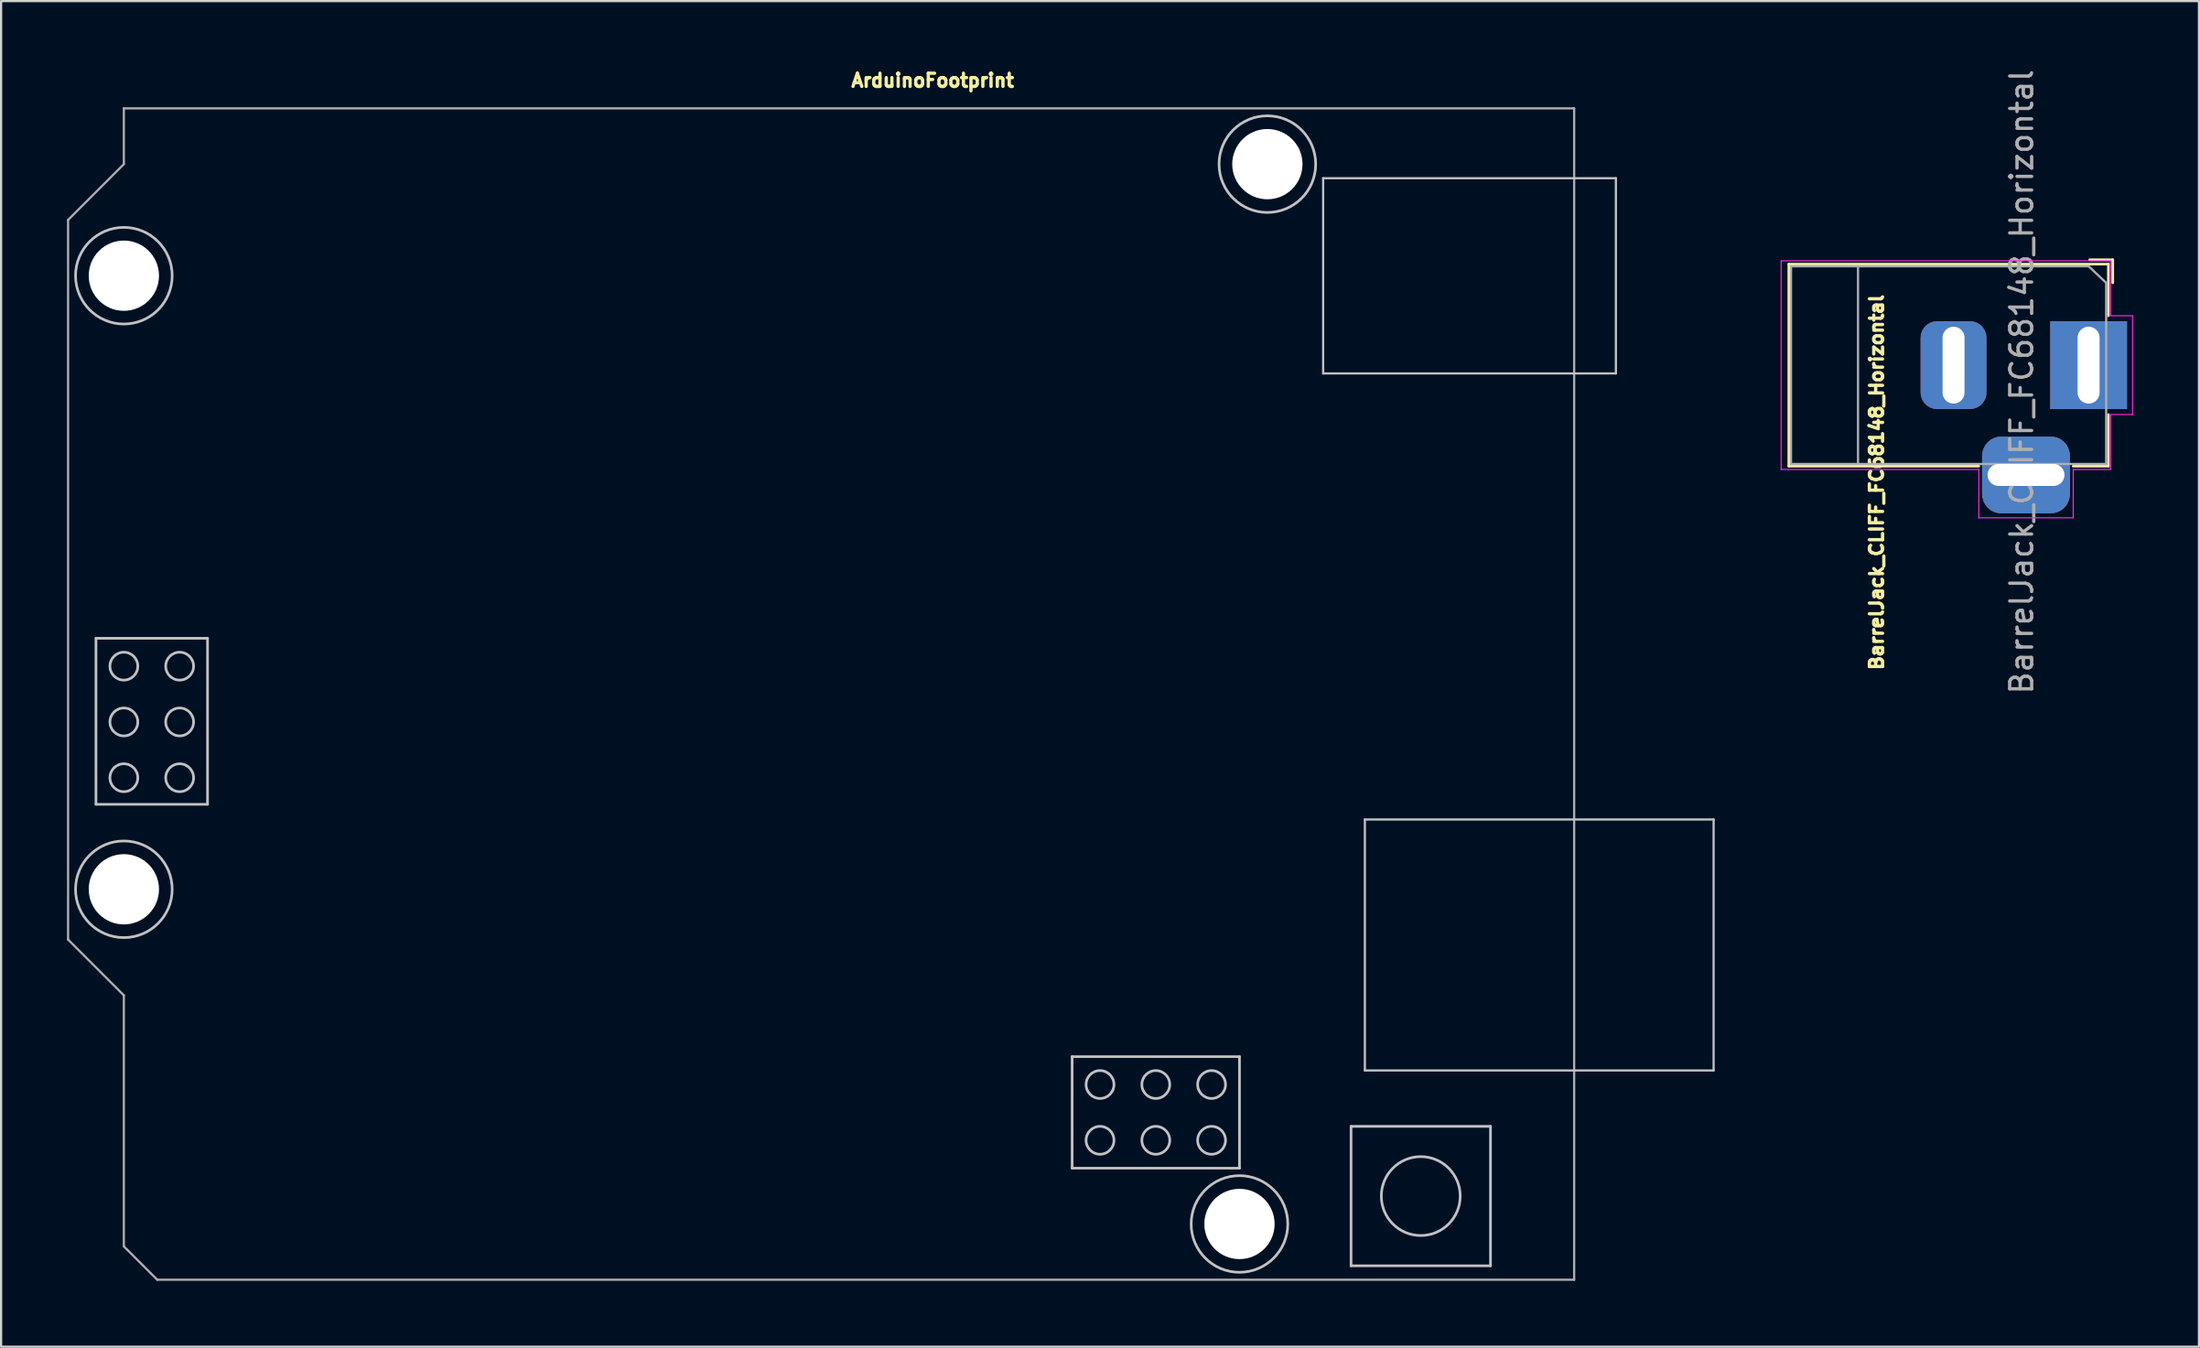
<source format=kicad_pcb>
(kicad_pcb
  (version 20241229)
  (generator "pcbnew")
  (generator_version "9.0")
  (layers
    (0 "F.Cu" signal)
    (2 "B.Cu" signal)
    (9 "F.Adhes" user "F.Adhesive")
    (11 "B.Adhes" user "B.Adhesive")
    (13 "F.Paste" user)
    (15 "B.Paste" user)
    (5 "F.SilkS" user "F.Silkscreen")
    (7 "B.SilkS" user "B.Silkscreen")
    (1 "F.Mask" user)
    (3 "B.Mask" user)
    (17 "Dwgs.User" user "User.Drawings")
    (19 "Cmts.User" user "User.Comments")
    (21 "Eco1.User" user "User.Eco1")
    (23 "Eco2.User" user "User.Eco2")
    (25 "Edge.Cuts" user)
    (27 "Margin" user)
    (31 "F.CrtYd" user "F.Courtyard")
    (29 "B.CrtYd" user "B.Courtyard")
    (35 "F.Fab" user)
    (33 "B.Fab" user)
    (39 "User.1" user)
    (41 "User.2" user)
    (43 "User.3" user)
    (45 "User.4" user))
  (footprint "ArduinoFootprint"
    (layer "F.Cu")
    (at 39.42 4.424)
    (property "Reference" "ArduinoFootprint" (at 0 -3.81 180) (layer "F.SilkS") (effects (font (size 0.6 0.6) (thickness 0.15))))
    (attr through_hole)
    (fp_line (start -38.1 21.59) (end -33.02 21.59) (stroke (width 0.12) (type solid)) (layer "Dwgs.User"))
    (fp_line (start -38.1 29.15) (end -38.1 21.59) (stroke (width 0.12) (type solid)) (layer "Dwgs.User"))
    (fp_line (start -33.02 21.59) (end -33.02 29.15) (stroke (width 0.12) (type solid)) (layer "Dwgs.User"))
    (fp_line (start -33.02 29.15) (end -38.1 29.15) (stroke (width 0.12) (type solid)) (layer "Dwgs.User"))
    (fp_line (start 6.35 40.64) (end 13.97 40.64) (stroke (width 0.12) (type solid)) (layer "Dwgs.User"))
    (fp_line (start 6.35 45.72) (end 6.35 40.64) (stroke (width 0.12) (type solid)) (layer "Dwgs.User"))
    (fp_line (start 13.97 40.64) (end 13.97 45.72) (stroke (width 0.12) (type solid)) (layer "Dwgs.User"))
    (fp_line (start 13.97 45.72) (end 6.35 45.72) (stroke (width 0.12) (type solid)) (layer "Dwgs.User"))
    (fp_line (start 17.78 0.64) (end 17.78 9.53) (stroke (width 0.1) (type solid)) (layer "Dwgs.User"))
    (fp_line (start 17.78 9.53) (end 31.11 9.53) (stroke (width 0.1) (type solid)) (layer "Dwgs.User"))
    (fp_line (start 19.05 43.815) (end 19.05 50.165) (stroke (width 0.12) (type solid)) (layer "Dwgs.User"))
    (fp_line (start 19.05 50.165) (end 25.4 50.165) (stroke (width 0.12) (type solid)) (layer "Dwgs.User"))
    (fp_line (start 19.68 29.84) (end 19.68 41.27) (stroke (width 0.1) (type solid)) (layer "Dwgs.User"))
    (fp_line (start 19.68 41.27) (end 35.56 41.27) (stroke (width 0.1) (type solid)) (layer "Dwgs.User"))
    (fp_line (start 25.4 43.815) (end 19.05 43.815) (stroke (width 0.12) (type solid)) (layer "Dwgs.User"))
    (fp_line (start 25.4 50.165) (end 25.4 43.815) (stroke (width 0.12) (type solid)) (layer "Dwgs.User"))
    (fp_line (start 31.11 0.64) (end 17.78 0.64) (stroke (width 0.1) (type solid)) (layer "Dwgs.User"))
    (fp_line (start 31.11 9.53) (end 31.11 0.64) (stroke (width 0.1) (type solid)) (layer "Dwgs.User"))
    (fp_line (start 35.56 29.84) (end 19.68 29.84) (stroke (width 0.1) (type solid)) (layer "Dwgs.User"))
    (fp_line (start 35.56 41.27) (end 35.56 29.84) (stroke (width 0.1) (type solid)) (layer "Dwgs.User"))
    (fp_circle (center -36.83 5.08) (end -34.63 5.08) (stroke (width 0.12) (type solid)) (fill no) (layer "Dwgs.User"))
    (fp_circle (center -36.83 22.86) (end -36.83 23.495) (stroke (width 0.12) (type solid)) (fill no) (layer "Dwgs.User"))
    (fp_circle (center -36.83 25.4) (end -36.83 26.035) (stroke (width 0.12) (type solid)) (fill no) (layer "Dwgs.User"))
    (fp_circle (center -36.83 27.94) (end -36.83 28.575) (stroke (width 0.12) (type solid)) (fill no) (layer "Dwgs.User"))
    (fp_circle (center -36.83 33.02) (end -34.63 33.02) (stroke (width 0.12) (type solid)) (fill no) (layer "Dwgs.User"))
    (fp_circle (center -34.29 22.86) (end -34.29 23.495) (stroke (width 0.12) (type solid)) (fill no) (layer "Dwgs.User"))
    (fp_circle (center -34.29 25.4) (end -34.29 26.035) (stroke (width 0.12) (type solid)) (fill no) (layer "Dwgs.User"))
    (fp_circle (center -34.29 27.94) (end -34.29 28.575) (stroke (width 0.12) (type solid)) (fill no) (layer "Dwgs.User"))
    (fp_circle (center 7.62 41.91) (end 7.62 41.275) (stroke (width 0.12) (type solid)) (fill no) (layer "Dwgs.User"))
    (fp_circle (center 7.62 44.45) (end 7.62 43.815) (stroke (width 0.12) (type solid)) (fill no) (layer "Dwgs.User"))
    (fp_circle (center 10.16 41.91) (end 10.16 41.275) (stroke (width 0.12) (type solid)) (fill no) (layer "Dwgs.User"))
    (fp_circle (center 10.16 44.45) (end 10.16 43.815) (stroke (width 0.12) (type solid)) (fill no) (layer "Dwgs.User"))
    (fp_circle (center 12.7 41.91) (end 12.7 41.275) (stroke (width 0.12) (type solid)) (fill no) (layer "Dwgs.User"))
    (fp_circle (center 12.7 44.45) (end 12.7 43.815) (stroke (width 0.12) (type solid)) (fill no) (layer "Dwgs.User"))
    (fp_circle (center 13.97 48.26) (end 16.17 48.26) (stroke (width 0.12) (type solid)) (fill no) (layer "Dwgs.User"))
    (fp_circle (center 15.24 0) (end 17.44 0) (stroke (width 0.12) (type solid)) (fill no) (layer "Dwgs.User"))
    (fp_circle (center 22.225 46.99) (end 23.495 45.72) (stroke (width 0.12) (type solid)) (fill no) (layer "Dwgs.User"))
    (fp_line (start -39.37 2.54) (end -39.37 35.31) (stroke (width 0.1) (type solid)) (layer "F.Fab"))
    (fp_line (start -39.37 35.31) (end -36.83 37.85) (stroke (width 0.1) (type solid)) (layer "F.Fab"))
    (fp_line (start -36.83 -2.54) (end -36.83 0) (stroke (width 0.1) (type solid)) (layer "F.Fab"))
    (fp_line (start -36.83 0) (end -39.37 2.54) (stroke (width 0.1) (type solid)) (layer "F.Fab"))
    (fp_line (start -36.83 37.85) (end -36.83 49.28) (stroke (width 0.1) (type solid)) (layer "F.Fab"))
    (fp_line (start -36.83 49.28) (end -35.31 50.8) (stroke (width 0.1) (type solid)) (layer "F.Fab"))
    (fp_line (start -35.31 50.8) (end 29.21 50.8) (stroke (width 0.1) (type solid)) (layer "F.Fab"))
    (fp_line (start 29.21 -2.54) (end -36.83 -2.54) (stroke (width 0.1) (type solid)) (layer "F.Fab"))
    (fp_line (start 29.21 50.8) (end 29.21 -2.54) (stroke (width 0.1) (type solid)) (layer "F.Fab"))
    (pad "" np_thru_hole circle (at -36.83 5.08 270) (size 3.2 3.2) (drill 3.2) (layers "*.Cu" "*.Mask"))
    (pad "" np_thru_hole circle (at -36.83 33.02 270) (size 3.2 3.2) (drill 3.2) (layers "*.Cu" "*.Mask"))
    (pad "" np_thru_hole circle (at 13.97 48.26 270) (size 3.2 3.2) (drill 3.2) (layers "*.Cu" "*.Mask"))
    (pad "" np_thru_hole circle (at 15.24 0 270) (size 3.2 3.2) (drill 3.2) (layers "*.Cu" "*.Mask")))
  (footprint "BarrelJack_CLIFF_FC68148_Horizontal"
    (layer "F.Cu")
    (at 92.055 13.577)
    (property "Reference" "BarrelJack_CLIFF_FC68148_Horizontal" (at -9.652 5.334 270) (layer "F.SilkS") (effects (font (size 0.6 0.6) (thickness 0.15))))
    (attr through_hole)
    (fp_line (start -13.65 -4.6) (end 0.9 -4.6) (stroke (width 0.12) (type solid)) (layer "F.SilkS"))
    (fp_line (start -13.65 4.6) (end -13.65 -4.6) (stroke (width 0.12) (type solid)) (layer "F.SilkS"))
    (fp_line (start -5 4.6) (end -13.65 4.6) (stroke (width 0.12) (type solid)) (layer "F.SilkS"))
    (fp_line (start 0.05 -4.8) (end 1.1 -4.8) (stroke (width 0.12) (type solid)) (layer "F.SilkS"))
    (fp_line (start 0.9 -4.6) (end 0.9 -2.25) (stroke (width 0.12) (type solid)) (layer "F.SilkS"))
    (fp_line (start 0.9 2.25) (end 0.9 4.6) (stroke (width 0.12) (type solid)) (layer "F.SilkS"))
    (fp_line (start 0.9 4.6) (end -0.7 4.6) (stroke (width 0.12) (type solid)) (layer "F.SilkS"))
    (fp_line (start 1.1 -3.75) (end 1.1 -4.8) (stroke (width 0.12) (type solid)) (layer "F.SilkS"))
    (fp_line (start -14 4.75) (end -14 -4.75) (stroke (width 0.05) (type solid)) (layer "F.CrtYd"))
    (fp_line (start -5 4.75) (end -14 4.75) (stroke (width 0.05) (type solid)) (layer "F.CrtYd"))
    (fp_line (start -5 6.95) (end -5 4.75) (stroke (width 0.05) (type solid)) (layer "F.CrtYd"))
    (fp_line (start -0.7 4.75) (end -0.7 6.95) (stroke (width 0.05) (type solid)) (layer "F.CrtYd"))
    (fp_line (start -0.7 6.95) (end -5 6.95) (stroke (width 0.05) (type solid)) (layer "F.CrtYd"))
    (fp_line (start 1 -4.75) (end -14 -4.75) (stroke (width 0.05) (type solid)) (layer "F.CrtYd"))
    (fp_line (start 1 -4.5) (end 1 -4.75) (stroke (width 0.05) (type solid)) (layer "F.CrtYd"))
    (fp_line (start 1 -4.5) (end 1 -2.25) (stroke (width 0.05) (type solid)) (layer "F.CrtYd"))
    (fp_line (start 1 -2.25) (end 2 -2.25) (stroke (width 0.05) (type solid)) (layer "F.CrtYd"))
    (fp_line (start 1 2.25) (end 1 4.75) (stroke (width 0.05) (type solid)) (layer "F.CrtYd"))
    (fp_line (start 1 4.75) (end -0.7 4.75) (stroke (width 0.05) (type solid)) (layer "F.CrtYd"))
    (fp_line (start 2 -2.25) (end 2 2.25) (stroke (width 0.05) (type solid)) (layer "F.CrtYd"))
    (fp_line (start 2 2.25) (end 1 2.25) (stroke (width 0.05) (type solid)) (layer "F.CrtYd"))
    (fp_line (start -13.55 -4.5) (end -13.55 4.5) (stroke (width 0.1) (type solid)) (layer "F.Fab"))
    (fp_line (start -13.55 4.5) (end 0.8 4.5) (stroke (width 0.1) (type solid)) (layer "F.Fab"))
    (fp_line (start -10.5 -4.5) (end -10.5 4.5) (stroke (width 0.1) (type solid)) (layer "F.Fab"))
    (fp_line (start -0.003 -4.505) (end 0.8 -3.75) (stroke (width 0.1) (type solid)) (layer "F.Fab"))
    (fp_line (start 0 -4.5) (end -13.55 -4.5) (stroke (width 0.1) (type solid)) (layer "F.Fab"))
    (fp_line (start 0.8 4.5) (end 0.8 -3.75) (stroke (width 0.1) (type solid)) (layer "F.Fab"))
    (fp_text user "${REFERENCE}" (at -3.048 0.762 270) (layer "F.Fab") (effects (font (size 1 1) (thickness 0.15))))
    (pad "1" thru_hole rect (at 0 0) (size 3.5 4) (drill oval 1 3.5) (layers "*.Cu" "*.Mask"))
    (pad "2" thru_hole roundrect (at -6.15 0) (size 3 4) (drill oval 1 3.5) (layers "*.Cu" "*.Mask") (roundrect_rratio 0.25))
    (pad "3" thru_hole roundrect (at -2.85 5) (size 4 3.5) (drill oval 3.5 1) (layers "*.Cu" "*.Mask") (roundrect_rratio 0.25)))
  (gr_rect
    (start -3 -3)
    (end 97.08 58.274)
    (stroke (width 0.1) (type default))
    (fill no)
    (layer "Edge.Cuts")))
</source>
